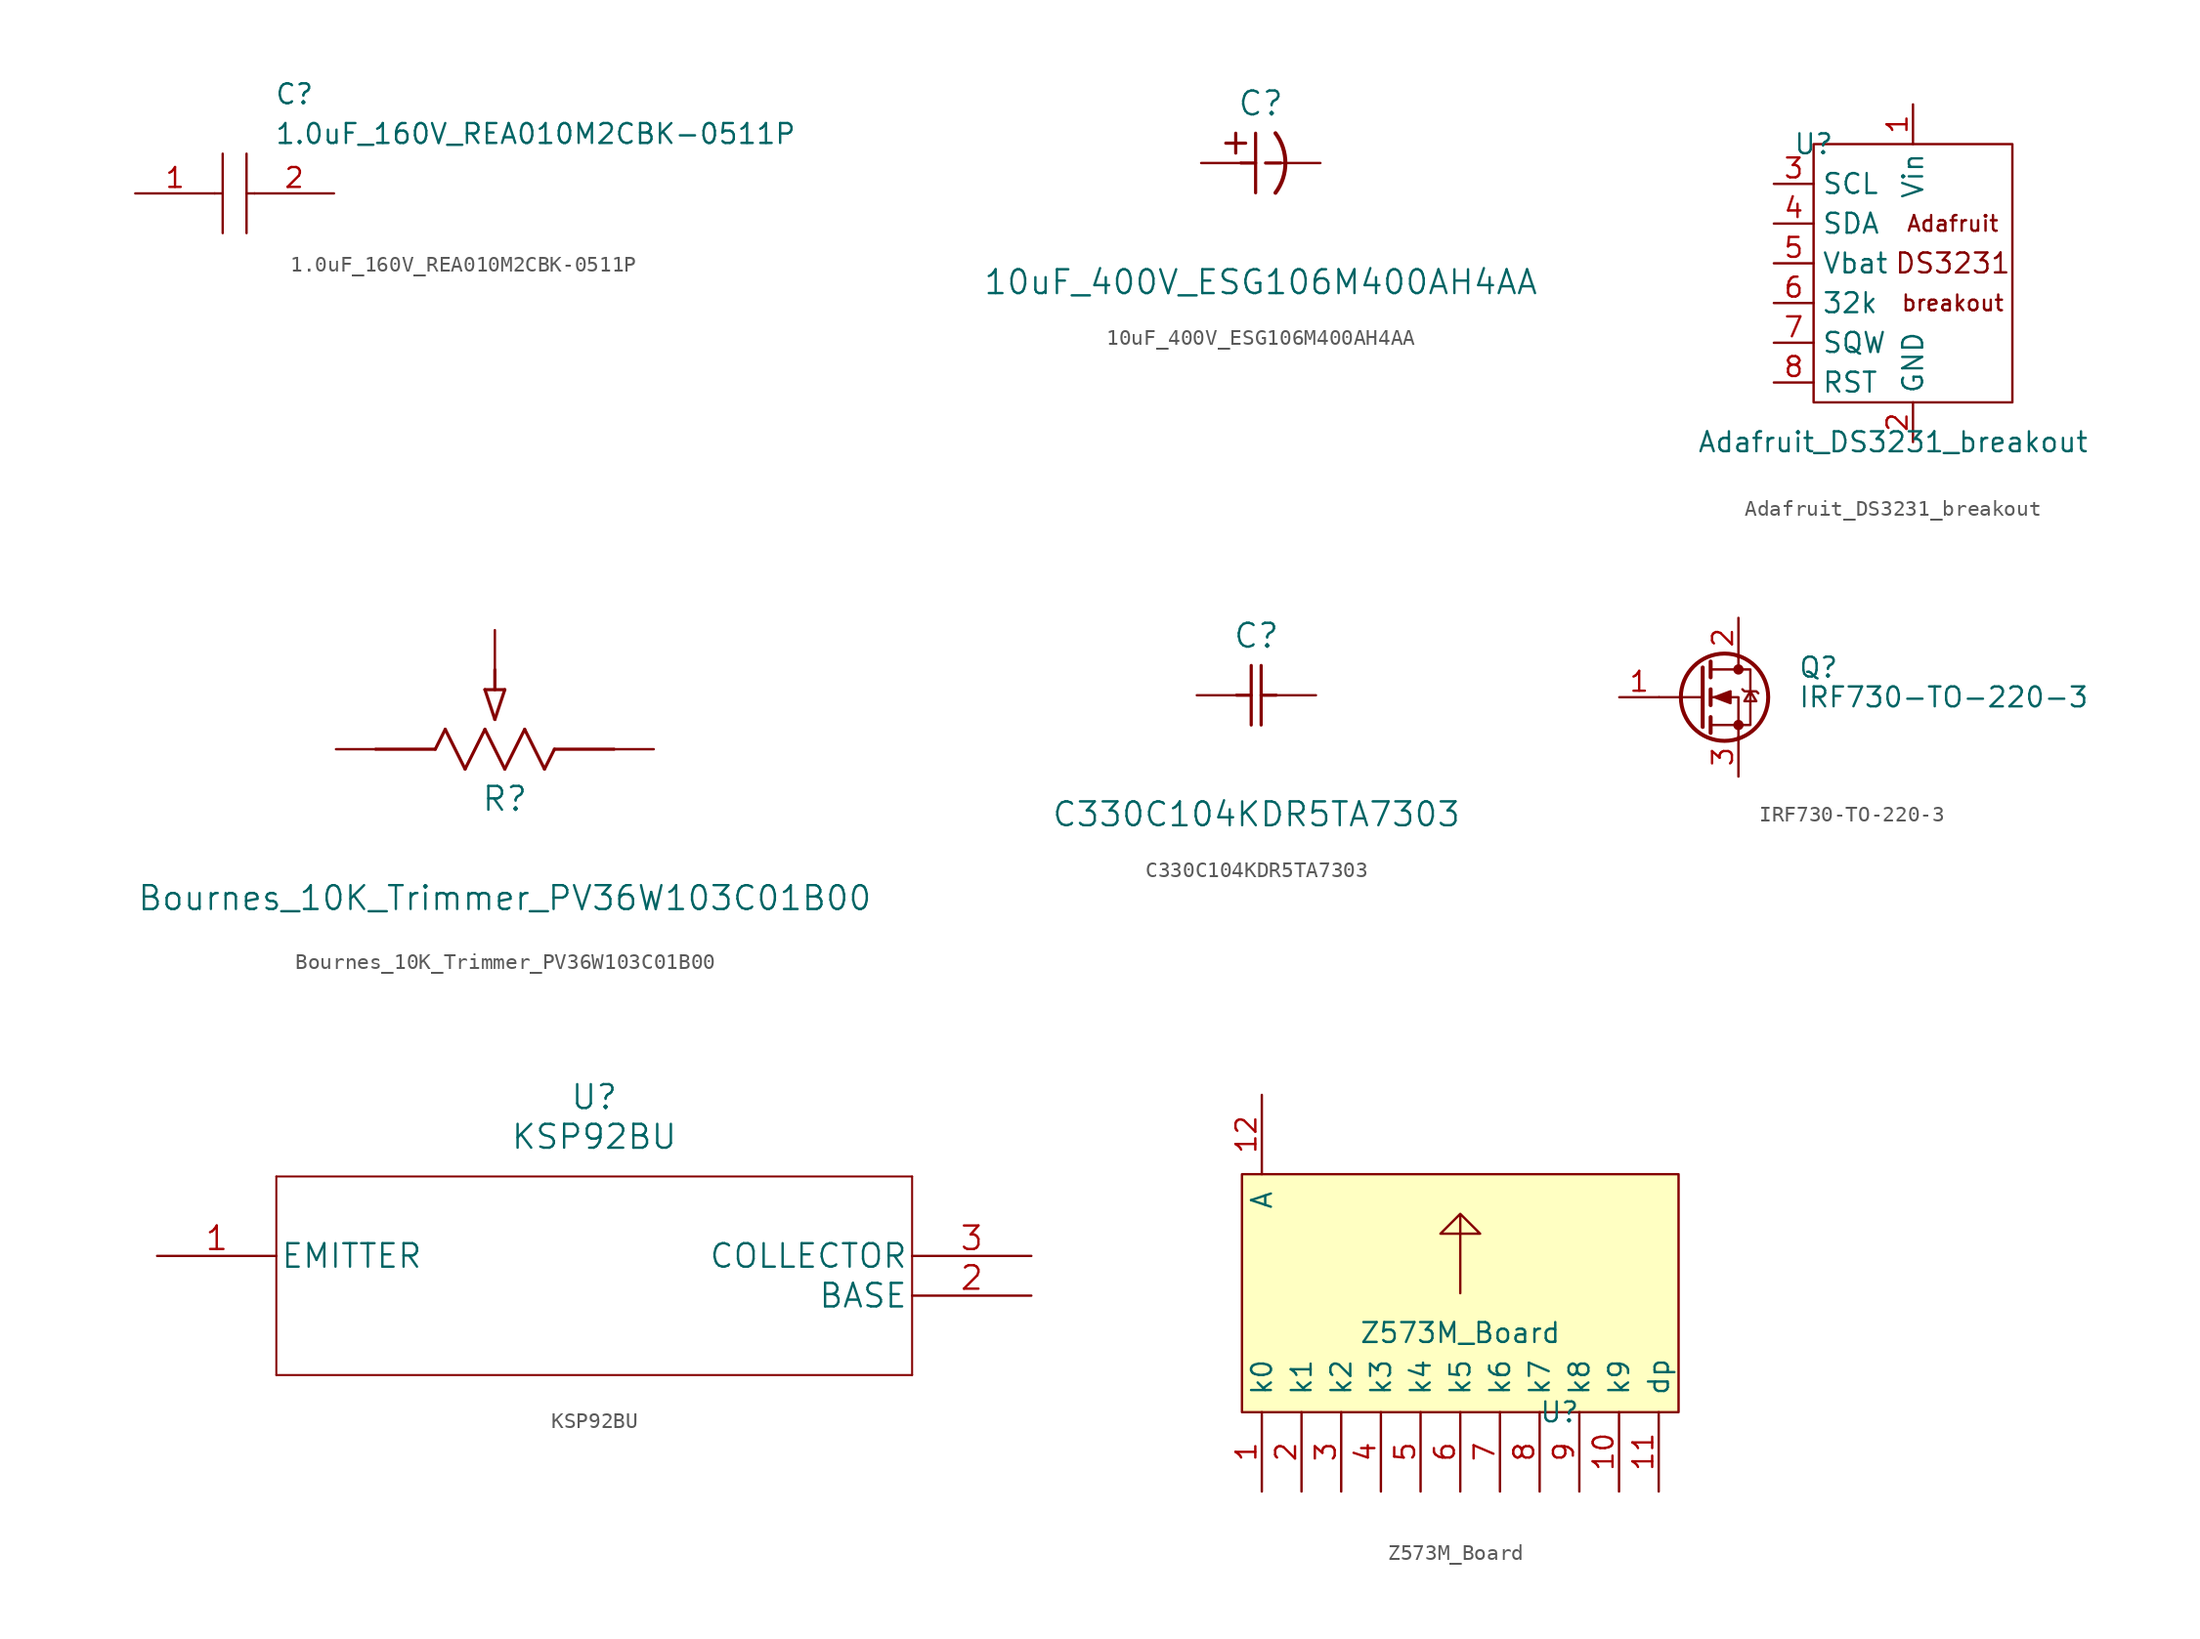
<source format=kicad_sym>
(kicad_symbol_lib
  (version 20211014)
  (generator kicad_symbol_editor)
  (symbol "1.0uF_160V_REA010M2CBK-0511P"
    (pin_names
      (offset 0.762))
    (property "Reference" "C"
      (at 8.89 6.35 0)
      (effects (font (size 1.27 1.27)) (justify left)))
    (property "Value" "1.0uF_160V_REA010M2CBK-0511P"
      (at 8.89 3.81 0)
      (effects (font (size 1.27 1.27)) (justify left)))
    (symbol "1.0uF_160V_REA010M2CBK-0511P_0_0"
      (pin passive line (at 0 0 0) (length 5.08) (name "~" (effects (font (size 1.27 1.27)))) (number "1" (effects (font (size 1.27 1.27)))))
      (pin passive line (at 12.7 0 180) (length 5.08) (name "~" (effects (font (size 1.27 1.27)))) (number "2" (effects (font (size 1.27 1.27))))))
    (symbol "1.0uF_160V_REA010M2CBK-0511P_0_1"
      (polyline (pts (xy 5.08 0) (xy 5.588 0)) (stroke (width 0.152) (type default) (color 0 0 0 0)) (fill (type none)))
      (polyline (pts (xy 5.588 2.54) (xy 5.588 -2.54)) (stroke (width 0.152) (type default) (color 0 0 0 0)) (fill (type none)))
      (polyline (pts (xy 7.112 0) (xy 7.62 0)) (stroke (width 0.152) (type default) (color 0 0 0 0)) (fill (type none)))
      (polyline (pts (xy 7.112 2.54) (xy 7.112 -2.54)) (stroke (width 0.152) (type default) (color 0 0 0 0)) (fill (type none)))))
  (symbol "10uF_400V_ESG106M400AH4AA"
    (pin_numbers hide)
    (pin_names
      (offset 1.651) hide)
    (property "Reference" "C"
      (at 3.81 3.81 0)
      (effects (font (size 1.524 1.524))))
    (property "Value" "10uF_400V_ESG106M400AH4AA"
      (at 3.81 -7.62 0)
      (effects (font (size 1.524 1.524))))
    (property "Datasheet" ""
      (at 0 0 0)
      (effects (font (size 1.524 1.524))))
    (property "ki_locked" ""
      (at 0 0 0)
      (effects (font (size 1.27 1.27))))
    (symbol "10uF_400V_ESG106M400AH4AA_1_1"
      (polyline (pts (xy 1.575 1.27) (xy 2.845 1.27)) (stroke (width 0.203) (type default) (color 0 0 0 0)) (fill (type none)))
      (polyline (pts (xy 2.21 0.635) (xy 2.21 1.905)) (stroke (width 0.203) (type default) (color 0 0 0 0)) (fill (type none)))
      (polyline (pts (xy 2.54 0) (xy 3.48 0)) (stroke (width 0.203) (type default) (color 0 0 0 0)) (fill (type none)))
      (polyline (pts (xy 3.48 -1.905) (xy 3.48 1.905)) (stroke (width 0.203) (type default) (color 0 0 0 0)) (fill (type none)))
      (polyline (pts (xy 4.115 0) (xy 5.08 0)) (stroke (width 0.203) (type default) (color 0 0 0 0)) (fill (type none)))
      (arc (start 4.7498 -1.905) (mid 10.4648 0) (end 4.7498 1.905) (stroke (width 0.254) (type default) (color 0 0 0 0)) (fill (type none)))
      (pin passive line (at 0 0 0) (length 2.54) (name "1" (effects (font (size 1.499 1.499)))) (number "1" (effects (font (size 1.499 1.499)))))
      (pin passive line (at 7.62 0 180) (length 2.54) (name "2" (effects (font (size 1.499 1.499)))) (number "2" (effects (font (size 1.499 1.499)))))))
  (symbol "Adafruit_DS3231_breakout"
    (property "Reference" "U"
      (at 0 0 0)
      (effects (font (size 1.27 1.27))))
    (property "Value" "Adafruit_DS3231_breakout"
      (at 5.08 -19.05 0)
      (effects (font (size 1.27 1.27))))
    (symbol "Adafruit_DS3231_breakout_0_0"
      (text "Adafruit" (at 8.89 -5.08 0) (effects (font (size 1 1))))
      (text "breakout" (at 8.89 -10.16 0) (effects (font (size 1 1))))
      (text "DS3231" (at 8.89 -7.62 0) (effects (font (size 1.27 1.27)))))
    (symbol "Adafruit_DS3231_breakout_0_1"
      (rectangle (start 0 0) (end 12.7 -16.51) (stroke (width 0) (type default) (color 0 0 0 0)) (fill (type none))))
    (symbol "Adafruit_DS3231_breakout_1_1"
      (pin power_in line (at 6.35 2.54 270) (length 2.54) (name "Vin" (effects (font (size 1.27 1.27)))) (number "1" (effects (font (size 1.27 1.27)))))
      (pin power_in line (at 6.35 -19.05 90) (length 2.54) (name "GND" (effects (font (size 1.27 1.27)))) (number "2" (effects (font (size 1.27 1.27)))))
      (pin input line (at -2.54 -2.54 0) (length 2.54) (name "SCL" (effects (font (size 1.27 1.27)))) (number "3" (effects (font (size 1.27 1.27)))))
      (pin bidirectional line (at -2.54 -5.08 0) (length 2.54) (name "SDA" (effects (font (size 1.27 1.27)))) (number "4" (effects (font (size 1.27 1.27)))))
      (pin power_in line (at -2.54 -7.62 0) (length 2.54) (name "Vbat" (effects (font (size 1.27 1.27)))) (number "5" (effects (font (size 1.27 1.27)))))
      (pin open_collector line (at -2.54 -10.16 0) (length 2.54) (name "32k" (effects (font (size 1.27 1.27)))) (number "6" (effects (font (size 1.27 1.27)))))
      (pin open_collector line (at -2.54 -12.7 0) (length 2.54) (name "SQW" (effects (font (size 1.27 1.27)))) (number "7" (effects (font (size 1.27 1.27)))))
      (pin input line (at -2.54 -15.24 0) (length 2.54) (name "RST" (effects (font (size 1.27 1.27)))) (number "8" (effects (font (size 1.27 1.27)))))))
  (symbol "Bournes_10K_Trimmer_PV36W103C01B00"
    (pin_numbers hide)
    (pin_names
      (offset -1.651) hide)
    (property "Reference" "R"
      (at 10.795 -3.175 0)
      (effects (font (size 1.524 1.524))))
    (property "Value" "Bournes_10K_Trimmer_PV36W103C01B00"
      (at 10.795 -9.525 0)
      (effects (font (size 1.524 1.524))))
    (property "Datasheet" ""
      (at 0 0 0)
      (effects (font (size 1.524 1.524))))
    (property "ki_locked" ""
      (at 0 0 0)
      (effects (font (size 1.27 1.27))))
    (symbol "Bournes_10K_Trimmer_PV36W103C01B00_1_1"
      (polyline (pts (xy 2.54 0) (xy 6.35 0)) (stroke (width 0.203) (type default) (color 0 0 0 0)) (fill (type none)))
      (polyline (pts (xy 6.35 0) (xy 6.985 1.27)) (stroke (width 0.203) (type default) (color 0 0 0 0)) (fill (type none)))
      (polyline (pts (xy 6.985 1.27) (xy 8.255 -1.27)) (stroke (width 0.203) (type default) (color 0 0 0 0)) (fill (type none)))
      (polyline (pts (xy 8.255 -1.27) (xy 9.525 1.27)) (stroke (width 0.203) (type default) (color 0 0 0 0)) (fill (type none)))
      (polyline (pts (xy 9.525 1.27) (xy 10.795 -1.27)) (stroke (width 0.203) (type default) (color 0 0 0 0)) (fill (type none)))
      (polyline (pts (xy 9.525 3.81) (xy 10.16 1.905)) (stroke (width 0.203) (type default) (color 0 0 0 0)) (fill (type none)))
      (polyline (pts (xy 9.525 3.81) (xy 10.795 3.81)) (stroke (width 0.203) (type default) (color 0 0 0 0)) (fill (type none)))
      (polyline (pts (xy 10.16 3.81) (xy 10.16 5.08)) (stroke (width 0.203) (type default) (color 0 0 0 0)) (fill (type none)))
      (polyline (pts (xy 10.795 -1.27) (xy 12.065 1.27)) (stroke (width 0.203) (type default) (color 0 0 0 0)) (fill (type none)))
      (polyline (pts (xy 10.795 3.81) (xy 10.16 1.905)) (stroke (width 0.203) (type default) (color 0 0 0 0)) (fill (type none)))
      (polyline (pts (xy 12.065 1.27) (xy 13.335 -1.27)) (stroke (width 0.203) (type default) (color 0 0 0 0)) (fill (type none)))
      (polyline (pts (xy 13.335 -1.27) (xy 13.97 0)) (stroke (width 0.203) (type default) (color 0 0 0 0)) (fill (type none)))
      (polyline (pts (xy 13.97 0) (xy 17.78 0)) (stroke (width 0.203) (type default) (color 0 0 0 0)) (fill (type none)))
      (pin passive line (at 0 0 0) (length 2.54) (name "1" (effects (font (size 1.499 1.499)))) (number "1" (effects (font (size 1.499 1.499)))))
      (pin passive line (at 10.16 7.62 270) (length 2.54) (name "2" (effects (font (size 1.499 1.499)))) (number "2" (effects (font (size 1.499 1.499)))))
      (pin passive line (at 20.32 0 180) (length 2.54) (name "3" (effects (font (size 1.499 1.499)))) (number "3" (effects (font (size 1.499 1.499)))))))
  (symbol "C330C104KDR5TA7303"
    (pin_numbers hide)
    (pin_names
      (offset 1.651) hide)
    (property "Reference" "C"
      (at 3.81 3.81 0)
      (effects (font (size 1.524 1.524))))
    (property "Value" "C330C104KDR5TA7303"
      (at 3.81 -7.62 0)
      (effects (font (size 1.524 1.524))))
    (property "Datasheet" ""
      (at 0 0 0)
      (effects (font (size 1.524 1.524))))
    (property "ki_locked" ""
      (at 0 0 0)
      (effects (font (size 1.27 1.27))))
    (symbol "C330C104KDR5TA7303_1_1"
      (polyline (pts (xy 2.54 0) (xy 3.48 0)) (stroke (width 0.203) (type default) (color 0 0 0 0)) (fill (type none)))
      (polyline (pts (xy 3.48 -1.905) (xy 3.48 1.905)) (stroke (width 0.203) (type default) (color 0 0 0 0)) (fill (type none)))
      (polyline (pts (xy 4.115 -1.905) (xy 4.115 1.905)) (stroke (width 0.203) (type default) (color 0 0 0 0)) (fill (type none)))
      (polyline (pts (xy 4.115 0) (xy 5.08 0)) (stroke (width 0.203) (type default) (color 0 0 0 0)) (fill (type none)))
      (pin unspecified line (at 0 0 0) (length 2.54) (name "1" (effects (font (size 1.499 1.499)))) (number "1" (effects (font (size 1.499 1.499)))))
      (pin unspecified line (at 7.62 0 180) (length 2.54) (name "2" (effects (font (size 1.499 1.499)))) (number "2" (effects (font (size 1.499 1.499)))))))
  (symbol "IRF730-TO-220-3"
    (pin_names hide)
    (property "Reference" "Q"
      (at 6.35 1.905 0)
      (effects (font (size 1.27 1.27)) (justify left)))
    (property "Value" "IRF730-TO-220-3"
      (at 6.35 0 0)
      (effects (font (size 1.27 1.27)) (justify left)))
    (symbol "IRF730-TO-220-3_0_1"
      (polyline (pts (xy 0.254 0) (xy -2.54 0)) (stroke (width 0) (type default) (color 0 0 0 0)) (fill (type none)))
      (polyline (pts (xy 0.254 1.905) (xy 0.254 -1.905)) (stroke (width 0.254) (type default) (color 0 0 0 0)) (fill (type none)))
      (polyline (pts (xy 0.762 -1.27) (xy 0.762 -2.286)) (stroke (width 0.254) (type default) (color 0 0 0 0)) (fill (type none)))
      (polyline (pts (xy 0.762 0.508) (xy 0.762 -0.508)) (stroke (width 0.254) (type default) (color 0 0 0 0)) (fill (type none)))
      (polyline (pts (xy 0.762 2.286) (xy 0.762 1.27)) (stroke (width 0.254) (type default) (color 0 0 0 0)) (fill (type none)))
      (polyline (pts (xy 2.54 2.54) (xy 2.54 1.778)) (stroke (width 0) (type default) (color 0 0 0 0)) (fill (type none)))
      (polyline (pts (xy 2.54 -2.54) (xy 2.54 0) (xy 0.762 0)) (stroke (width 0) (type default) (color 0 0 0 0)) (fill (type none)))
      (polyline (pts (xy 0.762 -1.778) (xy 3.302 -1.778) (xy 3.302 1.778) (xy 0.762 1.778)) (stroke (width 0) (type default) (color 0 0 0 0)) (fill (type none)))
      (polyline (pts (xy 1.016 0) (xy 2.032 0.381) (xy 2.032 -0.381) (xy 1.016 0)) (stroke (width 0) (type default) (color 0 0 0 0)) (fill (type outline)))
      (polyline (pts (xy 2.794 0.508) (xy 2.921 0.381) (xy 3.683 0.381) (xy 3.81 0.254)) (stroke (width 0) (type default) (color 0 0 0 0)) (fill (type none)))
      (polyline (pts (xy 3.302 0.381) (xy 2.921 -0.254) (xy 3.683 -0.254) (xy 3.302 0.381)) (stroke (width 0) (type default) (color 0 0 0 0)) (fill (type none)))
      (circle (center 1.651 0) (radius 2.794) (stroke (width 0.254) (type default) (color 0 0 0 0)) (fill (type none)))
      (circle (center 2.54 -1.778) (radius 0.254) (stroke (width 0) (type default) (color 0 0 0 0)) (fill (type outline)))
      (circle (center 2.54 1.778) (radius 0.254) (stroke (width 0) (type default) (color 0 0 0 0)) (fill (type outline))))
    (symbol "IRF730-TO-220-3_1_1"
      (pin input line (at -5.08 0 0) (length 2.54) (name "G" (effects (font (size 1.27 1.27)))) (number "1" (effects (font (size 1.27 1.27)))))
      (pin passive line (at 2.54 5.08 270) (length 2.54) (name "D" (effects (font (size 1.27 1.27)))) (number "2" (effects (font (size 1.27 1.27)))))
      (pin passive line (at 2.54 -5.08 90) (length 2.54) (name "S" (effects (font (size 1.27 1.27)))) (number "3" (effects (font (size 1.27 1.27)))))))
  (symbol "KSP92BU"
    (pin_names
      (offset 0.254))
    (property "Reference" "U"
      (at 27.94 10.16 0)
      (effects (font (size 1.524 1.524))))
    (property "Value" "KSP92BU"
      (at 27.94 7.62 0)
      (effects (font (size 1.524 1.524))))
    (property "Datasheet" ""
      (at 0 0 0)
      (effects (font (size 1.524 1.524))))
    (property "ki_locked" ""
      (at 0 0 0)
      (effects (font (size 1.27 1.27))))
    (symbol "KSP92BU_1_1"
      (polyline (pts (xy 7.62 -7.62) (xy 48.26 -7.62)) (stroke (width 0.127) (type default) (color 0 0 0 0)) (fill (type none)))
      (polyline (pts (xy 7.62 5.08) (xy 7.62 -7.62)) (stroke (width 0.127) (type default) (color 0 0 0 0)) (fill (type none)))
      (polyline (pts (xy 48.26 -7.62) (xy 48.26 5.08)) (stroke (width 0.127) (type default) (color 0 0 0 0)) (fill (type none)))
      (polyline (pts (xy 48.26 5.08) (xy 7.62 5.08)) (stroke (width 0.127) (type default) (color 0 0 0 0)) (fill (type none)))
      (pin unspecified line (at 0 0 0) (length 7.62) (name "EMITTER" (effects (font (size 1.499 1.499)))) (number "1" (effects (font (size 1.499 1.499)))))
      (pin unspecified line (at 55.88 -2.54 180) (length 7.62) (name "BASE" (effects (font (size 1.499 1.499)))) (number "2" (effects (font (size 1.499 1.499)))))
      (pin unspecified line (at 55.88 0 180) (length 7.62) (name "COLLECTOR" (effects (font (size 1.499 1.499)))) (number "3" (effects (font (size 1.499 1.499)))))))
  (symbol "Z573M_Board"
    (pin_names
      (offset 1.016))
    (property "Reference" "U"
      (at 6.35 -7.62 0)
      (effects (font (size 1.27 1.27))))
    (property "Value" "Z573M_Board"
      (at 0 -2.54 0)
      (effects (font (size 1.27 1.27))))
    (symbol "Z573M_Board_0_0"
      (polyline (pts (xy 0 0) (xy 0 5.08) (xy 1.27 3.81) (xy 0 5.08) (xy -1.27 3.81) (xy 1.27 3.81)) (stroke (width 0) (type default) (color 0 0 0 0)) (fill (type none))))
    (symbol "Z573M_Board_0_1"
      (rectangle (start -13.97 7.62) (end 13.97 -7.62) (stroke (width 0) (type default) (color 0 0 0 0)) (fill (type background))))
    (symbol "Z573M_Board_1_1"
      (pin bidirectional line (at -12.7 -12.7 90) (length 5.08) (name "k0" (effects (font (size 1.27 1.27)))) (number "1" (effects (font (size 1.27 1.27)))))
      (pin bidirectional line (at 10.16 -12.7 90) (length 5.08) (name "k9" (effects (font (size 1.27 1.27)))) (number "10" (effects (font (size 1.27 1.27)))))
      (pin bidirectional line (at 12.7 -12.7 90) (length 5.08) (name "dp" (effects (font (size 1.27 1.27)))) (number "11" (effects (font (size 1.27 1.27)))))
      (pin power_in line (at -12.7 12.7 270) (length 5.08) (name "A" (effects (font (size 1.27 1.27)))) (number "12" (effects (font (size 1.27 1.27)))))
      (pin bidirectional line (at -10.16 -12.7 90) (length 5.08) (name "k1" (effects (font (size 1.27 1.27)))) (number "2" (effects (font (size 1.27 1.27)))))
      (pin bidirectional line (at -7.62 -12.7 90) (length 5.08) (name "k2" (effects (font (size 1.27 1.27)))) (number "3" (effects (font (size 1.27 1.27)))))
      (pin bidirectional line (at -5.08 -12.7 90) (length 5.08) (name "k3" (effects (font (size 1.27 1.27)))) (number "4" (effects (font (size 1.27 1.27)))))
      (pin bidirectional line (at -2.54 -12.7 90) (length 5.08) (name "k4" (effects (font (size 1.27 1.27)))) (number "5" (effects (font (size 1.27 1.27)))))
      (pin bidirectional line (at 0 -12.7 90) (length 5.08) (name "k5" (effects (font (size 1.27 1.27)))) (number "6" (effects (font (size 1.27 1.27)))))
      (pin bidirectional line (at 2.54 -12.7 90) (length 5.08) (name "k6" (effects (font (size 1.27 1.27)))) (number "7" (effects (font (size 1.27 1.27)))))
      (pin bidirectional line (at 5.08 -12.7 90) (length 5.08) (name "k7" (effects (font (size 1.27 1.27)))) (number "8" (effects (font (size 1.27 1.27)))))
      (pin bidirectional line (at 7.62 -12.7 90) (length 5.08) (name "k8" (effects (font (size 1.27 1.27)))) (number "9" (effects (font (size 1.27 1.27))))))))
</source>
